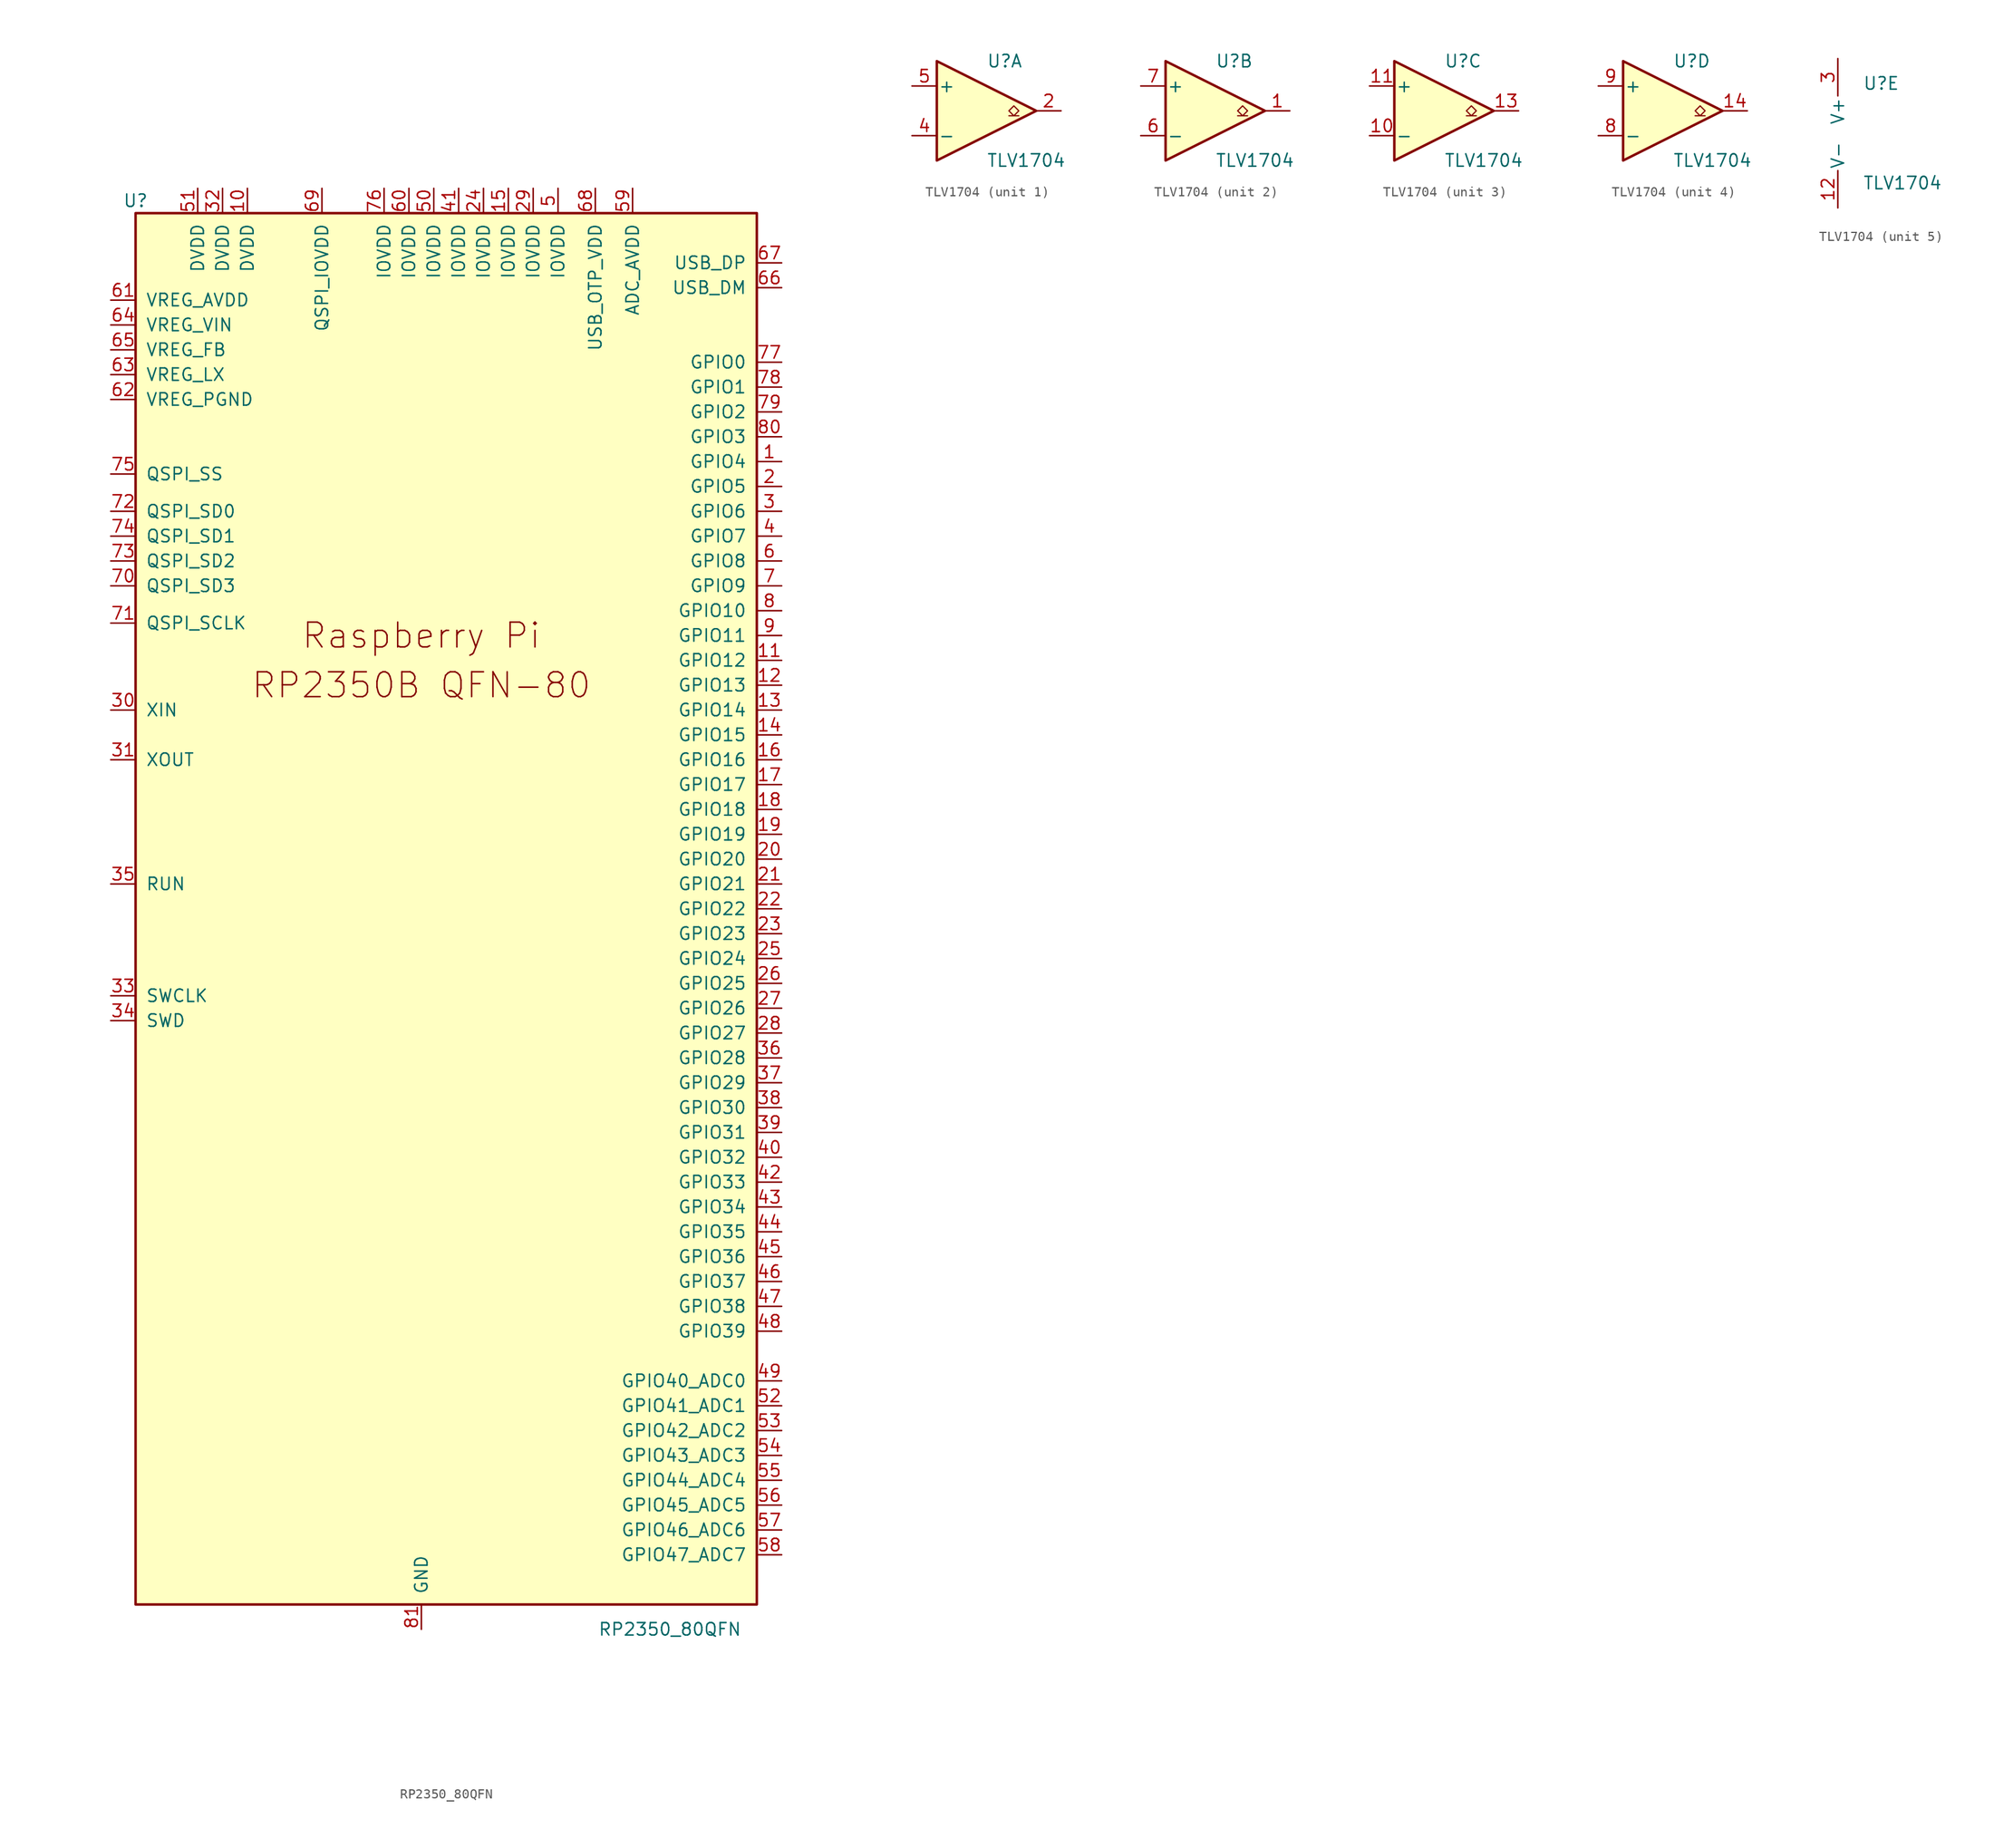
<source format=kicad_sym>
(kicad_symbol_lib
  (version 20241209)
  (generator "kicad_symbol_editor")
  (generator_version "9.0")
  (symbol "RP2350_80QFN"
    (pin_names
      (offset 1.016))
    (property "Reference" "U"
      (at -29.21 49.53 0)
      (effects (font (size 1.27 1.27))))
    (property "Value" "RP2350_80QFN"
      (at 25.4 -96.52 0)
      (effects (font (size 1.27 1.27))))
    (symbol "RP2350_80QFN_0_0"
      (text "Raspberry Pi" (at 0 5.08 0) (effects (font (size 2.54 2.54)))))
    (symbol "RP2350_80QFN_0_1"
      (rectangle (start -29.21 48.26) (end 34.29 -93.98) (stroke (width 0.254) (type default)) (fill (type background))))
    (symbol "RP2350_80QFN_1_0"
      (text "RP2350B QFN-80" (at 0 0 0) (effects (font (size 2.54 2.54)))))
    (symbol "RP2350_80QFN_1_1"
      (pin power_out line (at -31.75 39.37 0) (length 2.54) (name "VREG_AVDD" (effects (font (size 1.27 1.27)))) (number "61" (effects (font (size 1.27 1.27)))))
      (pin power_in line (at -31.75 36.83 0) (length 2.54) (name "VREG_VIN" (effects (font (size 1.27 1.27)))) (number "64" (effects (font (size 1.27 1.27)))))
      (pin input line (at -31.75 34.29 0) (length 2.54) (name "VREG_FB" (effects (font (size 1.27 1.27)))) (number "65" (effects (font (size 1.27 1.27)))))
      (pin power_out line (at -31.75 31.75 0) (length 2.54) (name "VREG_LX" (effects (font (size 1.27 1.27)))) (number "63" (effects (font (size 1.27 1.27)))))
      (pin power_in line (at -31.75 29.21 0) (length 2.54) (name "VREG_PGND" (effects (font (size 1.27 1.27)))) (number "62" (effects (font (size 1.27 1.27)))))
      (pin bidirectional line (at -31.75 21.59 0) (length 2.54) (name "QSPI_SS" (effects (font (size 1.27 1.27)))) (number "75" (effects (font (size 1.27 1.27)))))
      (pin bidirectional line (at -31.75 17.78 0) (length 2.54) (name "QSPI_SD0" (effects (font (size 1.27 1.27)))) (number "72" (effects (font (size 1.27 1.27)))))
      (pin bidirectional line (at -31.75 15.24 0) (length 2.54) (name "QSPI_SD1" (effects (font (size 1.27 1.27)))) (number "74" (effects (font (size 1.27 1.27)))))
      (pin bidirectional line (at -31.75 12.7 0) (length 2.54) (name "QSPI_SD2" (effects (font (size 1.27 1.27)))) (number "73" (effects (font (size 1.27 1.27)))))
      (pin bidirectional line (at -31.75 10.16 0) (length 2.54) (name "QSPI_SD3" (effects (font (size 1.27 1.27)))) (number "70" (effects (font (size 1.27 1.27)))))
      (pin output line (at -31.75 6.35 0) (length 2.54) (name "QSPI_SCLK" (effects (font (size 1.27 1.27)))) (number "71" (effects (font (size 1.27 1.27)))))
      (pin input line (at -31.75 -2.54 0) (length 2.54) (name "XIN" (effects (font (size 1.27 1.27)))) (number "30" (effects (font (size 1.27 1.27)))))
      (pin passive line (at -31.75 -7.62 0) (length 2.54) (name "XOUT" (effects (font (size 1.27 1.27)))) (number "31" (effects (font (size 1.27 1.27)))))
      (pin input line (at -31.75 -20.32 0) (length 2.54) (name "RUN" (effects (font (size 1.27 1.27)))) (number "35" (effects (font (size 1.27 1.27)))))
      (pin output line (at -31.75 -31.75 0) (length 2.54) (name "SWCLK" (effects (font (size 1.27 1.27)))) (number "33" (effects (font (size 1.27 1.27)))))
      (pin bidirectional line (at -31.75 -34.29 0) (length 2.54) (name "SWD" (effects (font (size 1.27 1.27)))) (number "34" (effects (font (size 1.27 1.27)))))
      (pin power_in line (at -22.86 50.8 270) (length 2.54) (name "DVDD" (effects (font (size 1.27 1.27)))) (number "51" (effects (font (size 1.27 1.27)))))
      (pin power_in line (at -20.32 50.8 270) (length 2.54) (name "DVDD" (effects (font (size 1.27 1.27)))) (number "32" (effects (font (size 1.27 1.27)))))
      (pin power_in line (at -17.78 50.8 270) (length 2.54) (name "DVDD" (effects (font (size 1.27 1.27)))) (number "10" (effects (font (size 1.27 1.27)))))
      (pin power_in line (at -10.16 50.8 270) (length 2.54) (name "QSPI_IOVDD" (effects (font (size 1.27 1.27)))) (number "69" (effects (font (size 1.27 1.27)))))
      (pin power_in line (at -3.81 50.8 270) (length 2.54) (name "IOVDD" (effects (font (size 1.27 1.27)))) (number "76" (effects (font (size 1.27 1.27)))))
      (pin power_in line (at -1.27 50.8 270) (length 2.54) (name "IOVDD" (effects (font (size 1.27 1.27)))) (number "60" (effects (font (size 1.27 1.27)))))
      (pin power_in line (at 0 -96.52 90) (length 2.54) (name "GND" (effects (font (size 1.27 1.27)))) (number "81" (effects (font (size 1.27 1.27)))))
      (pin power_in line (at 1.27 50.8 270) (length 2.54) (name "IOVDD" (effects (font (size 1.27 1.27)))) (number "50" (effects (font (size 1.27 1.27)))))
      (pin power_in line (at 3.81 50.8 270) (length 2.54) (name "IOVDD" (effects (font (size 1.27 1.27)))) (number "41" (effects (font (size 1.27 1.27)))))
      (pin power_in line (at 6.35 50.8 270) (length 2.54) (name "IOVDD" (effects (font (size 1.27 1.27)))) (number "24" (effects (font (size 1.27 1.27)))))
      (pin power_in line (at 8.89 50.8 270) (length 2.54) (name "IOVDD" (effects (font (size 1.27 1.27)))) (number "15" (effects (font (size 1.27 1.27)))))
      (pin power_in line (at 11.43 50.8 270) (length 2.54) (name "IOVDD" (effects (font (size 1.27 1.27)))) (number "29" (effects (font (size 1.27 1.27)))))
      (pin power_in line (at 13.97 50.8 270) (length 2.54) (name "IOVDD" (effects (font (size 1.27 1.27)))) (number "5" (effects (font (size 1.27 1.27)))))
      (pin power_in line (at 17.78 50.8 270) (length 2.54) (name "USB_OTP_VDD" (effects (font (size 1.27 1.27)))) (number "68" (effects (font (size 1.27 1.27)))))
      (pin power_in line (at 21.59 50.8 270) (length 2.54) (name "ADC_AVDD" (effects (font (size 1.27 1.27)))) (number "59" (effects (font (size 1.27 1.27)))))
      (pin bidirectional line (at 36.83 43.18 180) (length 2.54) (name "USB_DP" (effects (font (size 1.27 1.27)))) (number "67" (effects (font (size 1.27 1.27)))))
      (pin bidirectional line (at 36.83 40.64 180) (length 2.54) (name "USB_DM" (effects (font (size 1.27 1.27)))) (number "66" (effects (font (size 1.27 1.27)))))
      (pin bidirectional line (at 36.83 33.02 180) (length 2.54) (name "GPIO0" (effects (font (size 1.27 1.27)))) (number "77" (effects (font (size 1.27 1.27)))))
      (pin bidirectional line (at 36.83 30.48 180) (length 2.54) (name "GPIO1" (effects (font (size 1.27 1.27)))) (number "78" (effects (font (size 1.27 1.27)))))
      (pin bidirectional line (at 36.83 27.94 180) (length 2.54) (name "GPIO2" (effects (font (size 1.27 1.27)))) (number "79" (effects (font (size 1.27 1.27)))))
      (pin bidirectional line (at 36.83 25.4 180) (length 2.54) (name "GPIO3" (effects (font (size 1.27 1.27)))) (number "80" (effects (font (size 1.27 1.27)))))
      (pin bidirectional line (at 36.83 22.86 180) (length 2.54) (name "GPIO4" (effects (font (size 1.27 1.27)))) (number "1" (effects (font (size 1.27 1.27)))))
      (pin bidirectional line (at 36.83 20.32 180) (length 2.54) (name "GPIO5" (effects (font (size 1.27 1.27)))) (number "2" (effects (font (size 1.27 1.27)))))
      (pin bidirectional line (at 36.83 17.78 180) (length 2.54) (name "GPIO6" (effects (font (size 1.27 1.27)))) (number "3" (effects (font (size 1.27 1.27)))))
      (pin bidirectional line (at 36.83 15.24 180) (length 2.54) (name "GPIO7" (effects (font (size 1.27 1.27)))) (number "4" (effects (font (size 1.27 1.27)))))
      (pin bidirectional line (at 36.83 12.7 180) (length 2.54) (name "GPIO8" (effects (font (size 1.27 1.27)))) (number "6" (effects (font (size 1.27 1.27)))))
      (pin bidirectional line (at 36.83 10.16 180) (length 2.54) (name "GPIO9" (effects (font (size 1.27 1.27)))) (number "7" (effects (font (size 1.27 1.27)))))
      (pin bidirectional line (at 36.83 7.62 180) (length 2.54) (name "GPIO10" (effects (font (size 1.27 1.27)))) (number "8" (effects (font (size 1.27 1.27)))))
      (pin bidirectional line (at 36.83 5.08 180) (length 2.54) (name "GPIO11" (effects (font (size 1.27 1.27)))) (number "9" (effects (font (size 1.27 1.27)))))
      (pin bidirectional line (at 36.83 2.54 180) (length 2.54) (name "GPIO12" (effects (font (size 1.27 1.27)))) (number "11" (effects (font (size 1.27 1.27)))))
      (pin bidirectional line (at 36.83 0 180) (length 2.54) (name "GPIO13" (effects (font (size 1.27 1.27)))) (number "12" (effects (font (size 1.27 1.27)))))
      (pin bidirectional line (at 36.83 -2.54 180) (length 2.54) (name "GPIO14" (effects (font (size 1.27 1.27)))) (number "13" (effects (font (size 1.27 1.27)))))
      (pin bidirectional line (at 36.83 -5.08 180) (length 2.54) (name "GPIO15" (effects (font (size 1.27 1.27)))) (number "14" (effects (font (size 1.27 1.27)))))
      (pin bidirectional line (at 36.83 -7.62 180) (length 2.54) (name "GPIO16" (effects (font (size 1.27 1.27)))) (number "16" (effects (font (size 1.27 1.27)))))
      (pin bidirectional line (at 36.83 -10.16 180) (length 2.54) (name "GPIO17" (effects (font (size 1.27 1.27)))) (number "17" (effects (font (size 1.27 1.27)))))
      (pin bidirectional line (at 36.83 -12.7 180) (length 2.54) (name "GPIO18" (effects (font (size 1.27 1.27)))) (number "18" (effects (font (size 1.27 1.27)))))
      (pin bidirectional line (at 36.83 -15.24 180) (length 2.54) (name "GPIO19" (effects (font (size 1.27 1.27)))) (number "19" (effects (font (size 1.27 1.27)))))
      (pin bidirectional line (at 36.83 -17.78 180) (length 2.54) (name "GPIO20" (effects (font (size 1.27 1.27)))) (number "20" (effects (font (size 1.27 1.27)))))
      (pin bidirectional line (at 36.83 -20.32 180) (length 2.54) (name "GPIO21" (effects (font (size 1.27 1.27)))) (number "21" (effects (font (size 1.27 1.27)))))
      (pin bidirectional line (at 36.83 -22.86 180) (length 2.54) (name "GPIO22" (effects (font (size 1.27 1.27)))) (number "22" (effects (font (size 1.27 1.27)))))
      (pin bidirectional line (at 36.83 -25.4 180) (length 2.54) (name "GPIO23" (effects (font (size 1.27 1.27)))) (number "23" (effects (font (size 1.27 1.27)))))
      (pin bidirectional line (at 36.83 -27.94 180) (length 2.54) (name "GPIO24" (effects (font (size 1.27 1.27)))) (number "25" (effects (font (size 1.27 1.27)))))
      (pin bidirectional line (at 36.83 -30.48 180) (length 2.54) (name "GPIO25" (effects (font (size 1.27 1.27)))) (number "26" (effects (font (size 1.27 1.27)))))
      (pin bidirectional line (at 36.83 -33.02 180) (length 2.54) (name "GPIO26" (effects (font (size 1.27 1.27)))) (number "27" (effects (font (size 1.27 1.27)))))
      (pin bidirectional line (at 36.83 -35.56 180) (length 2.54) (name "GPIO27" (effects (font (size 1.27 1.27)))) (number "28" (effects (font (size 1.27 1.27)))))
      (pin bidirectional line (at 36.83 -38.1 180) (length 2.54) (name "GPIO28" (effects (font (size 1.27 1.27)))) (number "36" (effects (font (size 1.27 1.27)))))
      (pin bidirectional line (at 36.83 -40.64 180) (length 2.54) (name "GPIO29" (effects (font (size 1.27 1.27)))) (number "37" (effects (font (size 1.27 1.27)))))
      (pin bidirectional line (at 36.83 -43.18 180) (length 2.54) (name "GPIO30" (effects (font (size 1.27 1.27)))) (number "38" (effects (font (size 1.27 1.27)))))
      (pin bidirectional line (at 36.83 -45.72 180) (length 2.54) (name "GPIO31" (effects (font (size 1.27 1.27)))) (number "39" (effects (font (size 1.27 1.27)))))
      (pin bidirectional line (at 36.83 -48.26 180) (length 2.54) (name "GPIO32" (effects (font (size 1.27 1.27)))) (number "40" (effects (font (size 1.27 1.27)))))
      (pin bidirectional line (at 36.83 -50.8 180) (length 2.54) (name "GPIO33" (effects (font (size 1.27 1.27)))) (number "42" (effects (font (size 1.27 1.27)))))
      (pin bidirectional line (at 36.83 -53.34 180) (length 2.54) (name "GPIO34" (effects (font (size 1.27 1.27)))) (number "43" (effects (font (size 1.27 1.27)))))
      (pin bidirectional line (at 36.83 -55.88 180) (length 2.54) (name "GPIO35" (effects (font (size 1.27 1.27)))) (number "44" (effects (font (size 1.27 1.27)))))
      (pin bidirectional line (at 36.83 -58.42 180) (length 2.54) (name "GPIO36" (effects (font (size 1.27 1.27)))) (number "45" (effects (font (size 1.27 1.27)))))
      (pin bidirectional line (at 36.83 -60.96 180) (length 2.54) (name "GPIO37" (effects (font (size 1.27 1.27)))) (number "46" (effects (font (size 1.27 1.27)))))
      (pin bidirectional line (at 36.83 -63.5 180) (length 2.54) (name "GPIO38" (effects (font (size 1.27 1.27)))) (number "47" (effects (font (size 1.27 1.27)))))
      (pin bidirectional line (at 36.83 -66.04 180) (length 2.54) (name "GPIO39" (effects (font (size 1.27 1.27)))) (number "48" (effects (font (size 1.27 1.27)))))
      (pin bidirectional line (at 36.83 -71.12 180) (length 2.54) (name "GPIO40_ADC0" (effects (font (size 1.27 1.27)))) (number "49" (effects (font (size 1.27 1.27)))))
      (pin bidirectional line (at 36.83 -73.66 180) (length 2.54) (name "GPIO41_ADC1" (effects (font (size 1.27 1.27)))) (number "52" (effects (font (size 1.27 1.27)))))
      (pin bidirectional line (at 36.83 -76.2 180) (length 2.54) (name "GPIO42_ADC2" (effects (font (size 1.27 1.27)))) (number "53" (effects (font (size 1.27 1.27)))))
      (pin bidirectional line (at 36.83 -78.74 180) (length 2.54) (name "GPIO43_ADC3" (effects (font (size 1.27 1.27)))) (number "54" (effects (font (size 1.27 1.27)))))
      (pin bidirectional line (at 36.83 -81.28 180) (length 2.54) (name "GPIO44_ADC4" (effects (font (size 1.27 1.27)))) (number "55" (effects (font (size 1.27 1.27)))))
      (pin bidirectional line (at 36.83 -83.82 180) (length 2.54) (name "GPIO45_ADC5" (effects (font (size 1.27 1.27)))) (number "56" (effects (font (size 1.27 1.27)))))
      (pin bidirectional line (at 36.83 -86.36 180) (length 2.54) (name "GPIO46_ADC6" (effects (font (size 1.27 1.27)))) (number "57" (effects (font (size 1.27 1.27)))))
      (pin bidirectional line (at 36.83 -88.9 180) (length 2.54) (name "GPIO47_ADC7" (effects (font (size 1.27 1.27)))) (number "58" (effects (font (size 1.27 1.27)))))))
  (symbol "TLV1704"
    (pin_names
      (offset 0.127))
    (property "Reference" "U"
      (at 0 5.08 0)
      (effects (font (size 1.27 1.27)) (justify left)))
    (property "Value" "TLV1704"
      (at 0 -5.08 0)
      (effects (font (size 1.27 1.27)) (justify left)))
    (property "ki_locked" ""
      (at 0 0 0)
      (effects (font (size 1.27 1.27))))
    (symbol "TLV1704_1_1"
      (polyline (pts (xy -5.08 5.08) (xy 5.08 0) (xy -5.08 -5.08) (xy -5.08 5.08)) (stroke (width 0.254) (type default)) (fill (type background)))
      (polyline (pts (xy 3.302 -0.508) (xy 2.794 -0.508) (xy 3.302 0) (xy 2.794 0.508) (xy 2.286 0) (xy 2.794 -0.508) (xy 2.286 -0.508)) (stroke (width 0.127) (type default)) (fill (type none)))
      (pin input line (at -7.62 2.54 0) (length 2.54) (name "+" (effects (font (size 1.27 1.27)))) (number "5" (effects (font (size 1.27 1.27)))))
      (pin input line (at -7.62 -2.54 0) (length 2.54) (name "-" (effects (font (size 1.27 1.27)))) (number "4" (effects (font (size 1.27 1.27)))))
      (pin open_collector line (at 7.62 0 180) (length 2.54) (name "~" (effects (font (size 1.27 1.27)))) (number "2" (effects (font (size 1.27 1.27))))))
    (symbol "TLV1704_2_1"
      (polyline (pts (xy -5.08 5.08) (xy 5.08 0) (xy -5.08 -5.08) (xy -5.08 5.08)) (stroke (width 0.254) (type default)) (fill (type background)))
      (polyline (pts (xy 3.302 -0.508) (xy 2.794 -0.508) (xy 3.302 0) (xy 2.794 0.508) (xy 2.286 0) (xy 2.794 -0.508) (xy 2.286 -0.508)) (stroke (width 0.127) (type default)) (fill (type none)))
      (pin input line (at -7.62 2.54 0) (length 2.54) (name "+" (effects (font (size 1.27 1.27)))) (number "7" (effects (font (size 1.27 1.27)))))
      (pin input line (at -7.62 -2.54 0) (length 2.54) (name "-" (effects (font (size 1.27 1.27)))) (number "6" (effects (font (size 1.27 1.27)))))
      (pin open_collector line (at 7.62 0 180) (length 2.54) (name "~" (effects (font (size 1.27 1.27)))) (number "1" (effects (font (size 1.27 1.27))))))
    (symbol "TLV1704_3_1"
      (polyline (pts (xy -5.08 5.08) (xy 5.08 0) (xy -5.08 -5.08) (xy -5.08 5.08)) (stroke (width 0.254) (type default)) (fill (type background)))
      (polyline (pts (xy 3.302 -0.508) (xy 2.794 -0.508) (xy 3.302 0) (xy 2.794 0.508) (xy 2.286 0) (xy 2.794 -0.508) (xy 2.286 -0.508)) (stroke (width 0.127) (type default)) (fill (type none)))
      (pin input line (at -7.62 2.54 0) (length 2.54) (name "+" (effects (font (size 1.27 1.27)))) (number "11" (effects (font (size 1.27 1.27)))))
      (pin input line (at -7.62 -2.54 0) (length 2.54) (name "-" (effects (font (size 1.27 1.27)))) (number "10" (effects (font (size 1.27 1.27)))))
      (pin open_collector line (at 7.62 0 180) (length 2.54) (name "~" (effects (font (size 1.27 1.27)))) (number "13" (effects (font (size 1.27 1.27))))))
    (symbol "TLV1704_4_1"
      (polyline (pts (xy -5.08 5.08) (xy 5.08 0) (xy -5.08 -5.08) (xy -5.08 5.08)) (stroke (width 0.254) (type default)) (fill (type background)))
      (polyline (pts (xy 3.302 -0.508) (xy 2.794 -0.508) (xy 3.302 0) (xy 2.794 0.508) (xy 2.286 0) (xy 2.794 -0.508) (xy 2.286 -0.508)) (stroke (width 0.127) (type default)) (fill (type none)))
      (pin input line (at -7.62 2.54 0) (length 2.54) (name "+" (effects (font (size 1.27 1.27)))) (number "9" (effects (font (size 1.27 1.27)))))
      (pin input line (at -7.62 -2.54 0) (length 2.54) (name "-" (effects (font (size 1.27 1.27)))) (number "8" (effects (font (size 1.27 1.27)))))
      (pin open_collector line (at 7.62 0 180) (length 2.54) (name "~" (effects (font (size 1.27 1.27)))) (number "14" (effects (font (size 1.27 1.27))))))
    (symbol "TLV1704_5_1"
      (pin power_in line (at -2.54 7.62 270) (length 3.81) (name "V+" (effects (font (size 1.27 1.27)))) (number "3" (effects (font (size 1.27 1.27)))))
      (pin power_in line (at -2.54 -7.62 90) (length 3.81) (name "V-" (effects (font (size 1.27 1.27)))) (number "12" (effects (font (size 1.27 1.27))))))))
</source>
